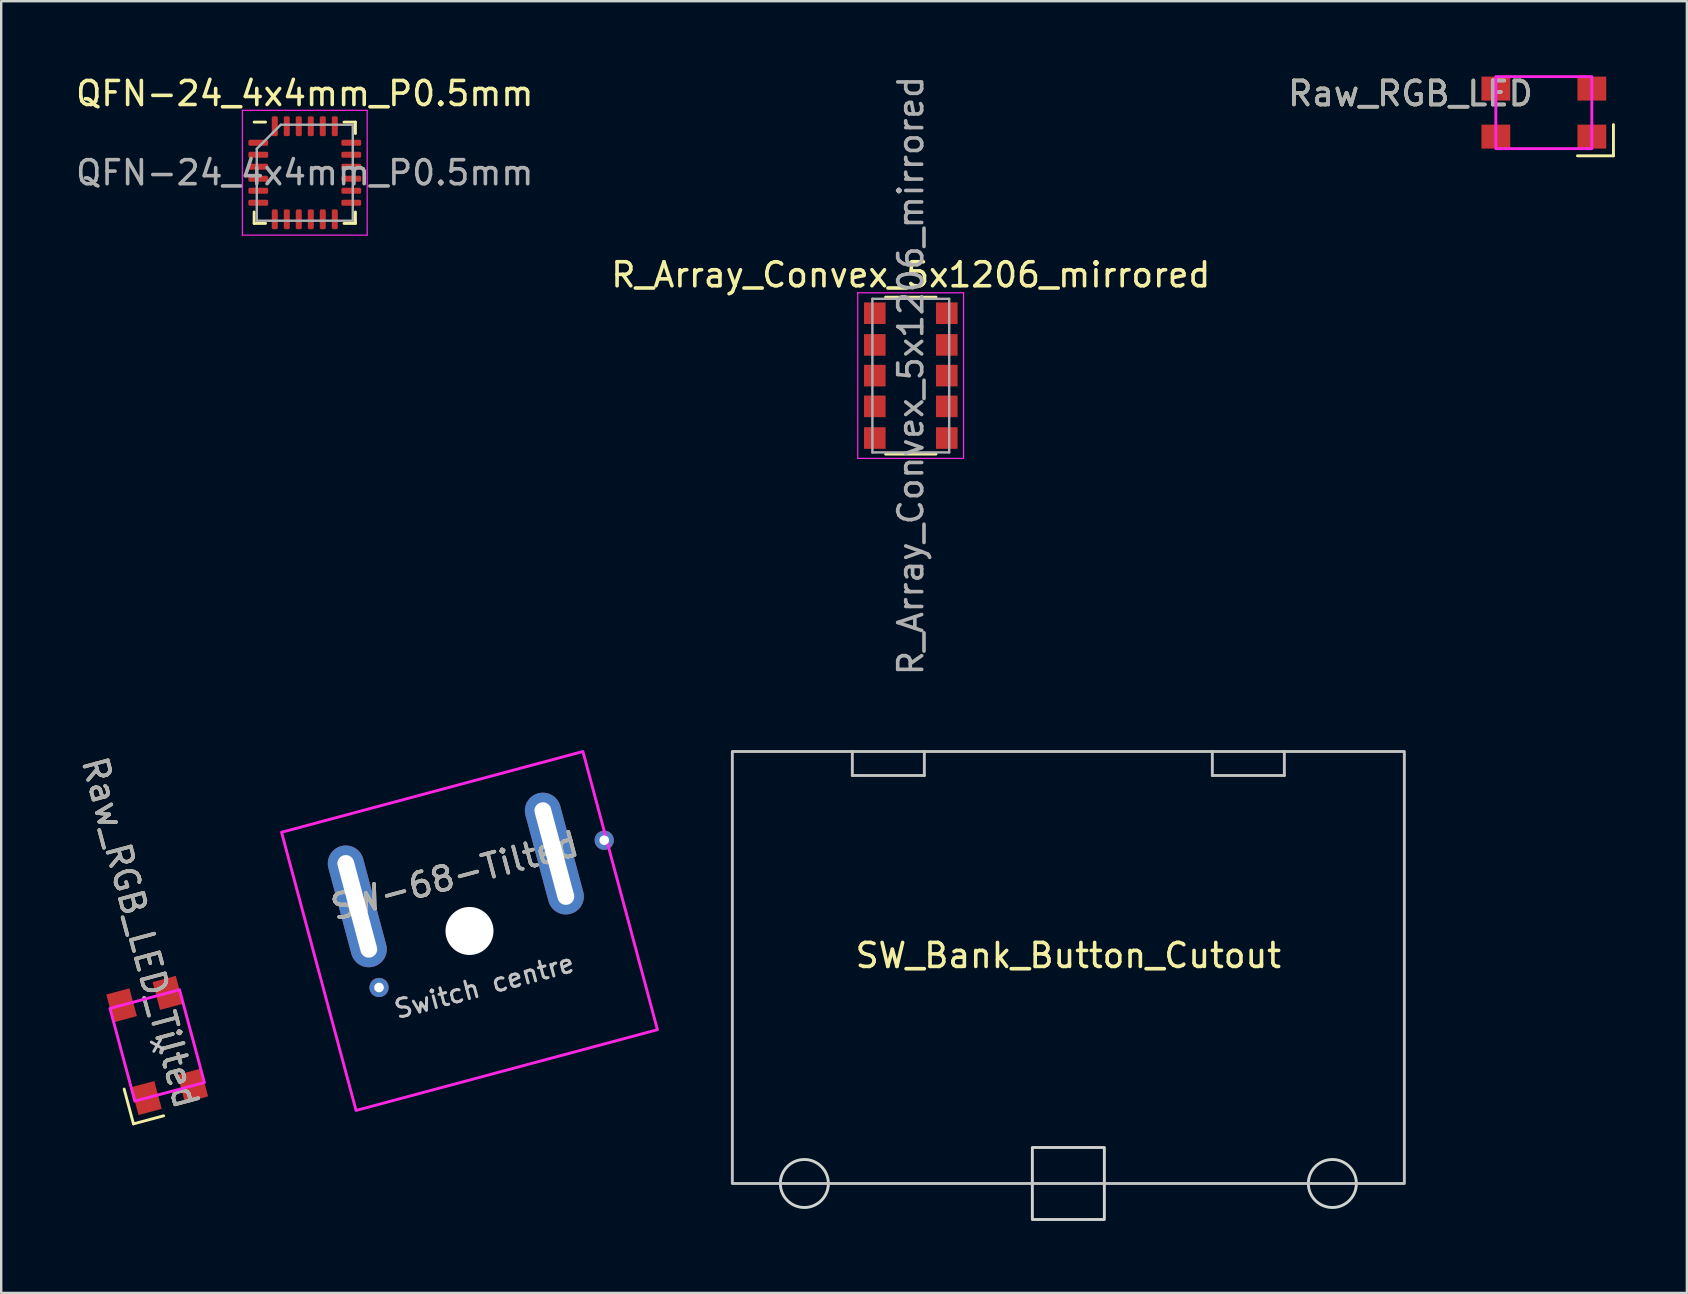
<source format=kicad_pcb>
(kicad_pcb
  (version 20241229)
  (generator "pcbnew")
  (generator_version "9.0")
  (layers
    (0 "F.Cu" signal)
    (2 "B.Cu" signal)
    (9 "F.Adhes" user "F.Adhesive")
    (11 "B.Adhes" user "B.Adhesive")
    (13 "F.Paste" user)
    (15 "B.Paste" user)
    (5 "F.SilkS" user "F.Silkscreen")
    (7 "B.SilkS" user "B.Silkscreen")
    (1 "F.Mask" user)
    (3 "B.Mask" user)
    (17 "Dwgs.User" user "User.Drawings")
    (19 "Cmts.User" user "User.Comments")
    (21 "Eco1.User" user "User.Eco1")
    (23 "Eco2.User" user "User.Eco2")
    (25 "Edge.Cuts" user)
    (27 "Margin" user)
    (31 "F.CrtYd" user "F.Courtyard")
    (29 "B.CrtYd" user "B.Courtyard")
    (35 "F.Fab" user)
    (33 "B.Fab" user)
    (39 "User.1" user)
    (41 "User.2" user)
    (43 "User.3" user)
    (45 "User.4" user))
  (footprint "Raw_RGB_LED_Tilted"
    (layer "F.Cu")
    (at 3.499 40.51)
    (property "Reference" "Raw_RGB_LED_Tilted" (at -0.7 -4.7 285) (unlocked yes) (layer "F.SilkS") (effects (font (size 1 1) (thickness 0.15))))
    (attr smd)
    (fp_line (start -1.376 1.818) (end -0.988 3.267) (stroke (width 0.12) (type solid)) (layer "F.SilkS"))
    (fp_line (start 0.268 2.931) (end -0.988 3.267) (stroke (width 0.12) (type solid)) (layer "F.SilkS"))
    (fp_line (start -0.245 -0.141) (end 0.245 0.141) (stroke (width 0.12) (type solid)) (layer "Dwgs.User"))
    (fp_line (start 0.141 -0.245) (end -0.141 0.245) (stroke (width 0.12) (type solid)) (layer "Dwgs.User"))
    (fp_poly (pts (xy 0.931 -2.32) (xy 1.967 1.544) (xy -0.931 2.32) (xy -1.967 -1.544)) (stroke (width 0.12) (type solid)) (fill no) (layer "F.CrtYd"))
    (fp_text user "${REFERENCE}" (at -0.7 -4.7 285) (unlocked yes) (layer "F.Fab") (effects (font (size 1 1) (thickness 0.15))))
    (pad "1" smd rect (at -0.448 2.191 285) (size 1.2 1) (layers "F.Cu" "F.Mask" "F.Paste"))
    (pad "2" smd rect (at 1.484 1.673 285) (size 1.2 1) (layers "F.Cu" "F.Mask" "F.Paste"))
    (pad "3" smd rect (at 0.448 -2.191 285) (size 1.2 1) (layers "F.Cu" "F.Mask" "F.Paste"))
    (pad "4" smd rect (at -1.484 -1.673 285) (size 1.2 1) (layers "F.Cu" "F.Mask" "F.Paste")))
  (footprint "R_Array_Convex_5x1206_mirrored"
    (layer "F.Cu")
    (at 34.899 12.601)
    (property "Reference" "R_Array_Convex_5x1206_mirrored" (at 0 -4.2 0) (layer "F.SilkS") (effects (font (size 1 1) (thickness 0.15))))
    (attr smd)
    (fp_line (start 1.05 -3.27) (end -1.05 -3.27) (stroke (width 0.12) (type solid)) (layer "F.SilkS"))
    (fp_line (start 1.05 3.27) (end -1.05 3.27) (stroke (width 0.12) (type solid)) (layer "F.SilkS"))
    (fp_line (start -2.21 -3.45) (end -2.21 3.45) (stroke (width 0.05) (type solid)) (layer "F.CrtYd"))
    (fp_line (start -2.21 -3.45) (end 2.2 -3.45) (stroke (width 0.05) (type solid)) (layer "F.CrtYd"))
    (fp_line (start 2.2 3.45) (end -2.21 3.45) (stroke (width 0.05) (type solid)) (layer "F.CrtYd"))
    (fp_line (start 2.2 3.45) (end 2.2 -3.45) (stroke (width 0.05) (type solid)) (layer "F.CrtYd"))
    (fp_line (start -1.6 -3.2) (end 1.6 -3.2) (stroke (width 0.1) (type solid)) (layer "F.Fab"))
    (fp_line (start -1.6 3.2) (end -1.6 -3.2) (stroke (width 0.1) (type solid)) (layer "F.Fab"))
    (fp_line (start 1.6 -3.2) (end 1.6 3.2) (stroke (width 0.1) (type solid)) (layer "F.Fab"))
    (fp_line (start 1.6 3.2) (end -1.6 3.2) (stroke (width 0.1) (type solid)) (layer "F.Fab"))
    (fp_text user "${REFERENCE}" (at 0 0 90) (layer "F.Fab") (effects (font (size 1 1) (thickness 0.15))))
    (pad "1" smd rect (at 1.5 -2.6) (size 0.9 0.9) (layers "F.Cu" "F.Mask" "F.Paste"))
    (pad "2" smd rect (at 1.5 -1.28) (size 0.9 0.9) (layers "F.Cu" "F.Mask" "F.Paste"))
    (pad "3" smd rect (at 1.5 0) (size 0.9 0.9) (layers "F.Cu" "F.Mask" "F.Paste"))
    (pad "4" smd rect (at 1.5 1.28) (size 0.9 0.9) (layers "F.Cu" "F.Mask" "F.Paste"))
    (pad "5" smd rect (at 1.5 2.6) (size 0.9 0.9) (layers "F.Cu" "F.Mask" "F.Paste"))
    (pad "6" smd rect (at -1.5 -2.6) (size 0.9 0.9) (layers "F.Cu" "F.Mask" "F.Paste"))
    (pad "7" smd rect (at -1.5 -1.28) (size 0.9 0.9) (layers "F.Cu" "F.Mask" "F.Paste"))
    (pad "8" smd rect (at -1.5 0) (size 0.9 0.9) (layers "F.Cu" "F.Mask" "F.Paste"))
    (pad "9" smd rect (at -1.5 1.28) (size 0.9 0.9) (layers "F.Cu" "F.Mask" "F.Paste"))
    (pad "10" smd rect (at -1.5 2.6) (size 0.9 0.9) (layers "F.Cu" "F.Mask" "F.Paste")))
  (footprint "Raw_RGB_LED"
    (layer "F.Cu")
    (at 61.276 1.642)
    (property "Reference" "Raw_RGB_LED" (at -5.556 -0.794 0) (unlocked yes) (layer "F.SilkS") (effects (font (size 1 1) (thickness 0.15))))
    (attr smd)
    (fp_line (start 1.4 1.8) (end 2.9 1.8) (stroke (width 0.12) (type solid)) (layer "F.SilkS"))
    (fp_line (start 2.9 0.5) (end 2.9 1.8) (stroke (width 0.12) (type solid)) (layer "F.SilkS"))
    (fp_rect (start -2 -1.5) (end 2 1.5) (stroke (width 0.12) (type solid)) (fill no) (layer "F.CrtYd"))
    (fp_text user "${REFERENCE}" (at -5.556 -0.794 0) (unlocked yes) (layer "F.Fab") (effects (font (size 1 1) (thickness 0.15))))
    (pad "1" smd rect (at 2 1) (size 1.2 1) (layers "F.Cu" "F.Mask" "F.Paste"))
    (pad "2" smd rect (at 2 -1) (size 1.2 1) (layers "F.Cu" "F.Mask" "F.Paste"))
    (pad "3" smd rect (at -2 -1) (size 1.2 1) (layers "F.Cu" "F.Mask" "F.Paste"))
    (pad "4" smd rect (at -2 1) (size 1.2 1) (layers "F.Cu" "F.Mask" "F.Paste")))
  (footprint "SW-68-Tilted"
    (layer "F.Cu")
    (at 16.512 35.74)
    (property "Reference" "SW-68-Tilted" (at -0.616 -2.3 15) (unlocked yes) (layer "F.SilkS") (effects (font (size 1 1) (thickness 0.15))))
    (attr through_hole)
    (fp_poly (pts (xy -7.831 -4.113) (xy 4.726 -7.478) (xy 7.831 4.113) (xy -4.726 7.478)) (stroke (width 0.12) (type solid)) (fill no) (layer "F.CrtYd"))
    (fp_text user "Switch centre" (at 0.616 2.3 15) (unlocked yes) (layer "Dwgs.User") (effects (font (size 0.75 0.75) (thickness 0.125))))
    (fp_text user "${REFERENCE}" (at -0.616 -2.3 15) (unlocked yes) (layer "F.Fab") (effects (font (size 1 1) (thickness 0.15))))
    (pad "" np_thru_hole circle (at 0 0 15) (size 2 2) (drill 2) (layers "*.Cu" "*.Mask"))
    (pad "1" thru_hole oval (at -4.675 -1.025 15) (size 1.5 5.2) (drill oval 0.7 4.4) (layers "*.Cu" "*.Mask"))
    (pad "1" thru_hole circle (at -3.769 2.356 15) (size 0.8 0.8) (drill 0.4) (layers "*.Cu" "*.Mask"))
    (pad "2" thru_hole oval (at 3.536 -3.225 15) (size 1.5 5.2) (drill oval 0.7 4.4) (layers "*.Cu" "*.Mask"))
    (pad "2" thru_hole circle (at 5.613 -3.781 15) (size 0.8 0.8) (drill 0.4) (layers "*.Cu" "*.Mask")))
  (footprint "QFN-24_4x4mm_P0.5mm"
    (layer "F.Cu")
    (at 9.649 4.148)
    (property "Reference" "QFN-24_4x4mm_P0.5mm" (at 0 -3.3 0) (layer "F.SilkS") (effects (font (size 1 1) (thickness 0.15))))
    (attr smd)
    (fp_line (start -2.11 2.11) (end -2.11 1.635) (stroke (width 0.12) (type solid)) (layer "F.SilkS"))
    (fp_line (start -1.635 -2.11) (end -2.11 -2.11) (stroke (width 0.12) (type solid)) (layer "F.SilkS"))
    (fp_line (start -1.635 2.11) (end -2.11 2.11) (stroke (width 0.12) (type solid)) (layer "F.SilkS"))
    (fp_line (start 1.635 -2.11) (end 2.11 -2.11) (stroke (width 0.12) (type solid)) (layer "F.SilkS"))
    (fp_line (start 1.635 2.11) (end 2.11 2.11) (stroke (width 0.12) (type solid)) (layer "F.SilkS"))
    (fp_line (start 2.11 -2.11) (end 2.11 -1.635) (stroke (width 0.12) (type solid)) (layer "F.SilkS"))
    (fp_line (start 2.11 2.11) (end 2.11 1.635) (stroke (width 0.12) (type solid)) (layer "F.SilkS"))
    (fp_line (start -2.6 -2.6) (end -2.6 2.6) (stroke (width 0.05) (type solid)) (layer "F.CrtYd"))
    (fp_line (start -2.6 2.6) (end 2.6 2.6) (stroke (width 0.05) (type solid)) (layer "F.CrtYd"))
    (fp_line (start 2.6 -2.6) (end -2.6 -2.6) (stroke (width 0.05) (type solid)) (layer "F.CrtYd"))
    (fp_line (start 2.6 2.6) (end 2.6 -2.6) (stroke (width 0.05) (type solid)) (layer "F.CrtYd"))
    (fp_line (start -2 -1) (end -1 -2) (stroke (width 0.1) (type solid)) (layer "F.Fab"))
    (fp_line (start -2 2) (end -2 -1) (stroke (width 0.1) (type solid)) (layer "F.Fab"))
    (fp_line (start -1 -2) (end 2 -2) (stroke (width 0.1) (type solid)) (layer "F.Fab"))
    (fp_line (start 2 -2) (end 2 2) (stroke (width 0.1) (type solid)) (layer "F.Fab"))
    (fp_line (start 2 2) (end -2 2) (stroke (width 0.1) (type solid)) (layer "F.Fab"))
    (fp_text user "${REFERENCE}" (at 0 0 0) (layer "F.Fab") (effects (font (size 1 1) (thickness 0.15))))
    (pad "1" smd roundrect (at -1.938 -1.25) (size 0.825 0.25) (layers "F.Cu" "F.Mask" "F.Paste") (roundrect_rratio 0.25))
    (pad "2" smd roundrect (at -1.938 -0.75) (size 0.825 0.25) (layers "F.Cu" "F.Mask" "F.Paste") (roundrect_rratio 0.25))
    (pad "3" smd roundrect (at -1.938 -0.25) (size 0.825 0.25) (layers "F.Cu" "F.Mask" "F.Paste") (roundrect_rratio 0.25))
    (pad "4" smd roundrect (at -1.938 0.25) (size 0.825 0.25) (layers "F.Cu" "F.Mask" "F.Paste") (roundrect_rratio 0.25))
    (pad "5" smd roundrect (at -1.938 0.75) (size 0.825 0.25) (layers "F.Cu" "F.Mask" "F.Paste") (roundrect_rratio 0.25))
    (pad "6" smd roundrect (at -1.938 1.25) (size 0.825 0.25) (layers "F.Cu" "F.Mask" "F.Paste") (roundrect_rratio 0.25))
    (pad "7" smd roundrect (at -1.25 1.938) (size 0.25 0.825) (layers "F.Cu" "F.Mask" "F.Paste") (roundrect_rratio 0.25))
    (pad "8" smd roundrect (at -0.75 1.938) (size 0.25 0.825) (layers "F.Cu" "F.Mask" "F.Paste") (roundrect_rratio 0.25))
    (pad "9" smd roundrect (at -0.25 1.938) (size 0.25 0.825) (layers "F.Cu" "F.Mask" "F.Paste") (roundrect_rratio 0.25))
    (pad "10" smd roundrect (at 0.25 1.938) (size 0.25 0.825) (layers "F.Cu" "F.Mask" "F.Paste") (roundrect_rratio 0.25))
    (pad "11" smd roundrect (at 0.75 1.938) (size 0.25 0.825) (layers "F.Cu" "F.Mask" "F.Paste") (roundrect_rratio 0.25))
    (pad "12" smd roundrect (at 1.25 1.938) (size 0.25 0.825) (layers "F.Cu" "F.Mask" "F.Paste") (roundrect_rratio 0.25))
    (pad "13" smd roundrect (at 1.938 1.25) (size 0.825 0.25) (layers "F.Cu" "F.Mask" "F.Paste") (roundrect_rratio 0.25))
    (pad "14" smd roundrect (at 1.938 0.75) (size 0.825 0.25) (layers "F.Cu" "F.Mask" "F.Paste") (roundrect_rratio 0.25))
    (pad "15" smd roundrect (at 1.938 0.25) (size 0.825 0.25) (layers "F.Cu" "F.Mask" "F.Paste") (roundrect_rratio 0.25))
    (pad "16" smd roundrect (at 1.938 -0.25) (size 0.825 0.25) (layers "F.Cu" "F.Mask" "F.Paste") (roundrect_rratio 0.25))
    (pad "17" smd roundrect (at 1.938 -0.75) (size 0.825 0.25) (layers "F.Cu" "F.Mask" "F.Paste") (roundrect_rratio 0.25))
    (pad "18" smd roundrect (at 1.938 -1.25) (size 0.825 0.25) (layers "F.Cu" "F.Mask" "F.Paste") (roundrect_rratio 0.25))
    (pad "19" smd roundrect (at 1.25 -1.938) (size 0.25 0.825) (layers "F.Cu" "F.Mask" "F.Paste") (roundrect_rratio 0.25))
    (pad "20" smd roundrect (at 0.75 -1.938) (size 0.25 0.825) (layers "F.Cu" "F.Mask" "F.Paste") (roundrect_rratio 0.25))
    (pad "21" smd roundrect (at 0.25 -1.938) (size 0.25 0.825) (layers "F.Cu" "F.Mask" "F.Paste") (roundrect_rratio 0.25))
    (pad "22" smd roundrect (at -0.25 -1.938) (size 0.25 0.825) (layers "F.Cu" "F.Mask" "F.Paste") (roundrect_rratio 0.25))
    (pad "23" smd roundrect (at -0.75 -1.938) (size 0.25 0.825) (layers "F.Cu" "F.Mask" "F.Paste") (roundrect_rratio 0.25))
    (pad "24" smd roundrect (at -1.25 -1.938) (size 0.25 0.825) (layers "F.Cu" "F.Mask" "F.Paste") (roundrect_rratio 0.25)))
  (footprint "SW_Bank_Button_Cutout"
    (layer "F.Cu")
    (at 41.464 37.262)
    (property "Reference" "SW_Bank_Button_Cutout" (at 0 -0.5 0) (unlocked yes) (layer "F.SilkS") (effects (font (size 1 1) (thickness 0.15))))
    (attr smd)
    (fp_line (start -9 -8) (end -9 -9) (stroke (width 0.12) (type solid)) (layer "Dwgs.User"))
    (fp_line (start -9 -8) (end -6 -8) (stroke (width 0.12) (type solid)) (layer "Dwgs.User"))
    (fp_line (start -6 -8) (end -6 -9) (stroke (width 0.12) (type solid)) (layer "Dwgs.User"))
    (fp_line (start 6 -8) (end 6 -9) (stroke (width 0.12) (type solid)) (layer "Dwgs.User"))
    (fp_line (start 6 -8) (end 9 -8) (stroke (width 0.12) (type solid)) (layer "Dwgs.User"))
    (fp_line (start 9 -8) (end 9 -9) (stroke (width 0.12) (type solid)) (layer "Dwgs.User"))
    (fp_rect (start -14 -9) (end 14 9) (stroke (width 0.12) (type solid)) (fill no) (layer "Dwgs.User"))
    (fp_rect (start -1.5 7.5) (end 1.5 10.5) (stroke (width 0.12) (type solid)) (fill no) (layer "Edge.Cuts"))
    (fp_circle (center -11 9) (end -10 9) (stroke (width 0.12) (type solid)) (fill no) (layer "Edge.Cuts"))
    (fp_circle (center 11 9) (end 12 9) (stroke (width 0.12) (type solid)) (fill no) (layer "Edge.Cuts")))
  (gr_rect
    (start -3 -3)
    (end 67.236 50.822)
    (stroke (width 0.1) (type default))
    (fill no)
    (layer "Edge.Cuts")))
</source>
